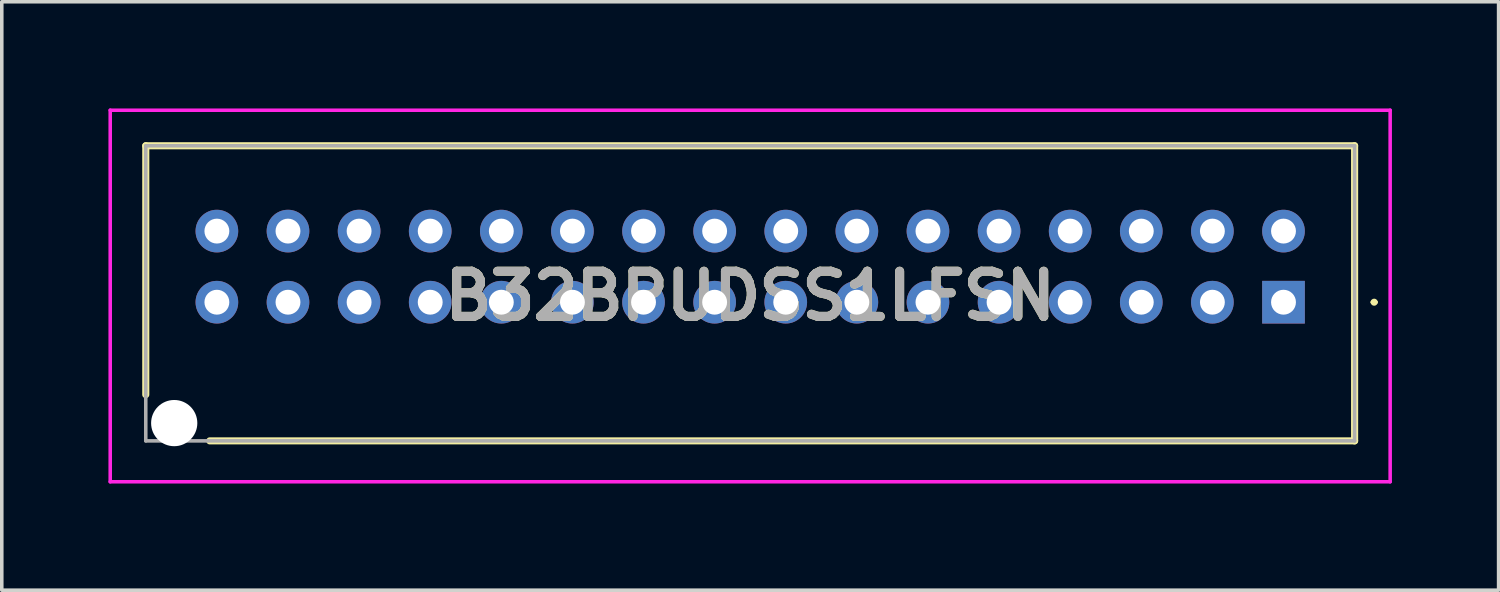
<source format=kicad_pcb>
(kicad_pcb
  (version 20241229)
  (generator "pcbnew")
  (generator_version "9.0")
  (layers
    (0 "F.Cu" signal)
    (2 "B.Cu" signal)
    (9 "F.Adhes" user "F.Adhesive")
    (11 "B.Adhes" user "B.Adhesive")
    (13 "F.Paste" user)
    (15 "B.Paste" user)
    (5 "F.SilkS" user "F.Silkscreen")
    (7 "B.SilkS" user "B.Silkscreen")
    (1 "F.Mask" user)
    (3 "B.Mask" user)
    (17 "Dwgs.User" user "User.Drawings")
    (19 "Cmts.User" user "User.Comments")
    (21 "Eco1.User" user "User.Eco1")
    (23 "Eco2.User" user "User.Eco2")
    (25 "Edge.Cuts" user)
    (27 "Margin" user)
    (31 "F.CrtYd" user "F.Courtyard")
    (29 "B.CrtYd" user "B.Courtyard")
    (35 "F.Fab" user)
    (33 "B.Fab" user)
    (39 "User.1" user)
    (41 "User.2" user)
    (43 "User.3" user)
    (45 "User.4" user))
  (footprint "B32BPUDSS1LFSN"
    (layer "F.Cu")
    (at 33.05 5.45)
    (property "Reference" "B32BPUDSS1LFSN" (at -15 -0.175 0) (layer "F.SilkS") (effects (font (size 1.27 1.27) (thickness 0.254))))
    (attr through_hole)
    (fp_line (start -32 -4.4) (end -32 2.6) (stroke (width 0.2) (type solid)) (layer "F.SilkS"))
    (fp_line (start -30.2 3.9) (end 2 3.9) (stroke (width 0.2) (type solid)) (layer "F.SilkS"))
    (fp_line (start 2 -4.4) (end -32 -4.4) (stroke (width 0.2) (type solid)) (layer "F.SilkS"))
    (fp_line (start 2 3.9) (end 2 -4.4) (stroke (width 0.2) (type solid)) (layer "F.SilkS"))
    (fp_line (start 2.5 0) (end 2.5 0) (stroke (width 0.1) (type solid)) (layer "F.SilkS"))
    (fp_line (start 2.6 0) (end 2.6 0) (stroke (width 0.1) (type solid)) (layer "F.SilkS"))
    (fp_arc (start 2.5 0) (mid 2.55 -0.05) (end 2.6 0) (stroke (width 0.1) (type solid)) (layer "F.SilkS"))
    (fp_arc (start 2.6 0) (mid 2.55 0.05) (end 2.5 0) (stroke (width 0.1) (type solid)) (layer "F.SilkS"))
    (fp_line (start -33 -5.4) (end 3 -5.4) (stroke (width 0.1) (type solid)) (layer "F.CrtYd"))
    (fp_line (start -33 5.05) (end -33 -5.4) (stroke (width 0.1) (type solid)) (layer "F.CrtYd"))
    (fp_line (start 3 -5.4) (end 3 5.05) (stroke (width 0.1) (type solid)) (layer "F.CrtYd"))
    (fp_line (start 3 5.05) (end -33 5.05) (stroke (width 0.1) (type solid)) (layer "F.CrtYd"))
    (fp_line (start -32 -4.4) (end 2 -4.4) (stroke (width 0.1) (type solid)) (layer "F.Fab"))
    (fp_line (start -32 3.9) (end -32 -4.4) (stroke (width 0.1) (type solid)) (layer "F.Fab"))
    (fp_line (start 2 -4.4) (end 2 3.9) (stroke (width 0.1) (type solid)) (layer "F.Fab"))
    (fp_line (start 2 3.9) (end -32 3.9) (stroke (width 0.1) (type solid)) (layer "F.Fab"))
    (fp_text user "${REFERENCE}" (at -15 -0.175 0) (layer "F.Fab") (effects (font (size 1.27 1.27) (thickness 0.254))))
    (pad "" np_thru_hole circle (at -31.2 3.4) (size 1.3 1.3) (drill 1.3) (layers "*.Cu" "*.Mask"))
    (pad "1" thru_hole rect (at 0 0) (size 1.2 1.2) (drill 0.7) (layers "*.Cu" "*.Mask"))
    (pad "2" thru_hole circle (at 0 -2) (size 1.2 1.2) (drill 0.7) (layers "*.Cu" "*.Mask"))
    (pad "3" thru_hole circle (at -2 0) (size 1.2 1.2) (drill 0.7) (layers "*.Cu" "*.Mask"))
    (pad "4" thru_hole circle (at -2 -2) (size 1.2 1.2) (drill 0.7) (layers "*.Cu" "*.Mask"))
    (pad "5" thru_hole circle (at -4 0) (size 1.2 1.2) (drill 0.7) (layers "*.Cu" "*.Mask"))
    (pad "6" thru_hole circle (at -4 -2) (size 1.2 1.2) (drill 0.7) (layers "*.Cu" "*.Mask"))
    (pad "7" thru_hole circle (at -6 0) (size 1.2 1.2) (drill 0.7) (layers "*.Cu" "*.Mask"))
    (pad "8" thru_hole circle (at -6 -2) (size 1.2 1.2) (drill 0.7) (layers "*.Cu" "*.Mask"))
    (pad "9" thru_hole circle (at -8 0) (size 1.2 1.2) (drill 0.7) (layers "*.Cu" "*.Mask"))
    (pad "10" thru_hole circle (at -8 -2) (size 1.2 1.2) (drill 0.7) (layers "*.Cu" "*.Mask"))
    (pad "11" thru_hole circle (at -10 0) (size 1.2 1.2) (drill 0.7) (layers "*.Cu" "*.Mask"))
    (pad "12" thru_hole circle (at -10 -2) (size 1.2 1.2) (drill 0.7) (layers "*.Cu" "*.Mask"))
    (pad "13" thru_hole circle (at -12 0) (size 1.2 1.2) (drill 0.7) (layers "*.Cu" "*.Mask"))
    (pad "14" thru_hole circle (at -12 -2) (size 1.2 1.2) (drill 0.7) (layers "*.Cu" "*.Mask"))
    (pad "15" thru_hole circle (at -14 0) (size 1.2 1.2) (drill 0.7) (layers "*.Cu" "*.Mask"))
    (pad "16" thru_hole circle (at -14 -2) (size 1.2 1.2) (drill 0.7) (layers "*.Cu" "*.Mask"))
    (pad "17" thru_hole circle (at -16 0) (size 1.2 1.2) (drill 0.7) (layers "*.Cu" "*.Mask"))
    (pad "18" thru_hole circle (at -16 -2) (size 1.2 1.2) (drill 0.7) (layers "*.Cu" "*.Mask"))
    (pad "19" thru_hole circle (at -18 0) (size 1.2 1.2) (drill 0.7) (layers "*.Cu" "*.Mask"))
    (pad "20" thru_hole circle (at -18 -2) (size 1.2 1.2) (drill 0.7) (layers "*.Cu" "*.Mask"))
    (pad "21" thru_hole circle (at -20 0) (size 1.2 1.2) (drill 0.7) (layers "*.Cu" "*.Mask"))
    (pad "22" thru_hole circle (at -20 -2) (size 1.2 1.2) (drill 0.7) (layers "*.Cu" "*.Mask"))
    (pad "23" thru_hole circle (at -22 0) (size 1.2 1.2) (drill 0.7) (layers "*.Cu" "*.Mask"))
    (pad "24" thru_hole circle (at -22 -2) (size 1.2 1.2) (drill 0.7) (layers "*.Cu" "*.Mask"))
    (pad "25" thru_hole circle (at -24 0) (size 1.2 1.2) (drill 0.7) (layers "*.Cu" "*.Mask"))
    (pad "26" thru_hole circle (at -24 -2) (size 1.2 1.2) (drill 0.7) (layers "*.Cu" "*.Mask"))
    (pad "27" thru_hole circle (at -26 0) (size 1.2 1.2) (drill 0.7) (layers "*.Cu" "*.Mask"))
    (pad "28" thru_hole circle (at -26 -2) (size 1.2 1.2) (drill 0.7) (layers "*.Cu" "*.Mask"))
    (pad "29" thru_hole circle (at -28 0) (size 1.2 1.2) (drill 0.7) (layers "*.Cu" "*.Mask"))
    (pad "30" thru_hole circle (at -28 -2) (size 1.2 1.2) (drill 0.7) (layers "*.Cu" "*.Mask"))
    (pad "31" thru_hole circle (at -30 0) (size 1.2 1.2) (drill 0.7) (layers "*.Cu" "*.Mask"))
    (pad "32" thru_hole circle (at -30 -2) (size 1.2 1.2) (drill 0.7) (layers "*.Cu" "*.Mask")))
  (gr_rect
    (start -3 -3)
    (end 39.1 13.55)
    (stroke (width 0.1) (type default))
    (fill no)
    (layer "Edge.Cuts")))
</source>
